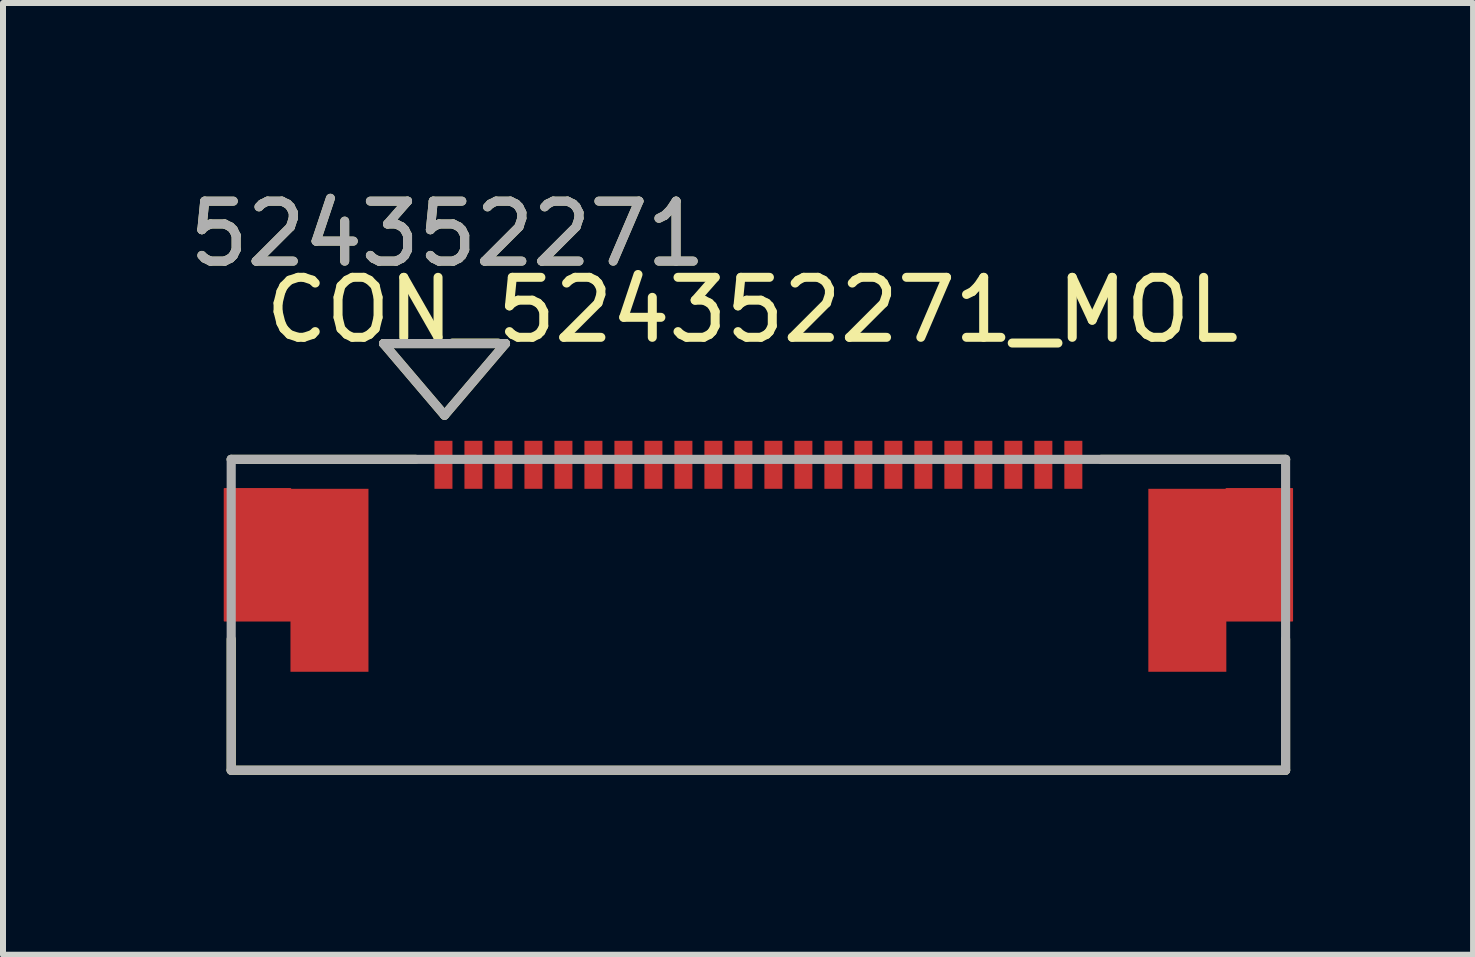
<source format=kicad_pcb>
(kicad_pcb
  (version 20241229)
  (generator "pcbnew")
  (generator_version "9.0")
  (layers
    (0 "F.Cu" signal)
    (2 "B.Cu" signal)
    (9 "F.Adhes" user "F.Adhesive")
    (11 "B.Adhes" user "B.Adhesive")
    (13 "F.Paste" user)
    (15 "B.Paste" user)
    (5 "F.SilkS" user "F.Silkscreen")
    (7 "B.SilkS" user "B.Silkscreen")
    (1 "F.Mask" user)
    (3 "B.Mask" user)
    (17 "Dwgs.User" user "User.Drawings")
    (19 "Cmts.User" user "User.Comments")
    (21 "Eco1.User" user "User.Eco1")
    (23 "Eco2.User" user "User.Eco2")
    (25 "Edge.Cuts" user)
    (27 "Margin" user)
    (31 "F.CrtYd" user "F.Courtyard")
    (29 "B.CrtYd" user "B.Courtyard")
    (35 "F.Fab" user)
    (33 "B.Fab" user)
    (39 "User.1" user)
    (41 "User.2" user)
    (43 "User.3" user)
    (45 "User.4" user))
  (footprint "CON_524352271_MOL"
    (layer "F.Cu")
    (at 9.592 7.198)
    (property "Reference" "CON_524352271_MOL" (at -0.102 -5.08 0) (layer "F.SilkS") (effects (font (size 1 1) (thickness 0.15))))
    (attr smd)
    (fp_poly (pts (xy -7.8 -2.1) (xy -8.9 -2.1) (xy -8.9 0.1) (xy -7.8 0.1)) (stroke (width 0.025) (type solid)) (fill yes) (layer "F.Cu"))
    (fp_poly (pts (xy 7.8 -2.1) (xy 8.9 -2.1) (xy 8.9 0.1) (xy 7.8 0.1)) (stroke (width 0.025) (type solid)) (fill yes) (layer "F.Cu"))
    (fp_poly (pts (xy -7.8 -2.1) (xy -8.9 -2.1) (xy -8.9 0.1) (xy -7.8 0.1)) (stroke (width 0.025) (type solid)) (fill yes) (layer "F.Mask"))
    (fp_poly (pts (xy 7.8 -2.1) (xy 8.9 -2.1) (xy 8.9 0.1) (xy 7.8 0.1)) (stroke (width 0.025) (type solid)) (fill yes) (layer "F.Mask"))
    (fp_line (start -8.788 0.406) (end -8.788 2.591) (stroke (width 0.152) (type solid)) (layer "F.SilkS"))
    (fp_line (start -8.788 2.591) (end 8.788 2.591) (stroke (width 0.152) (type solid)) (layer "F.SilkS"))
    (fp_line (start -6.248 -4.521) (end -5.232 -3.327) (stroke (width 0.152) (type solid)) (layer "F.SilkS"))
    (fp_line (start -6.248 -4.521) (end -4.216 -4.521) (stroke (width 0.152) (type solid)) (layer "F.SilkS"))
    (fp_line (start -5.715 -2.591) (end -8.788 -2.591) (stroke (width 0.152) (type solid)) (layer "F.SilkS"))
    (fp_line (start -4.216 -4.521) (end -5.232 -3.327) (stroke (width 0.152) (type solid)) (layer "F.SilkS"))
    (fp_line (start 8.788 -2.591) (end 5.715 -2.591) (stroke (width 0.152) (type solid)) (layer "F.SilkS"))
    (fp_line (start 8.788 2.591) (end 8.788 0.406) (stroke (width 0.152) (type solid)) (layer "F.SilkS"))
    (fp_poly (pts (xy -7.8 -2.1) (xy -8.9 -2.1) (xy -8.9 0.1) (xy -7.8 0.1)) (stroke (width 0.025) (type solid)) (fill yes) (layer "F.Paste"))
    (fp_poly (pts (xy 7.8 -2.1) (xy 8.9 -2.1) (xy 8.9 0.1) (xy 7.8 0.1)) (stroke (width 0.025) (type solid)) (fill yes) (layer "F.Paste"))
    (fp_line (start -8.788 -2.591) (end -8.788 2.591) (stroke (width 0.152) (type solid)) (layer "F.Fab"))
    (fp_line (start -8.788 2.591) (end 8.788 2.591) (stroke (width 0.152) (type solid)) (layer "F.Fab"))
    (fp_line (start -6.248 -4.521) (end -5.232 -3.327) (stroke (width 0.152) (type solid)) (layer "F.Fab"))
    (fp_line (start -6.248 -4.521) (end -4.216 -4.521) (stroke (width 0.152) (type solid)) (layer "F.Fab"))
    (fp_line (start -4.216 -4.521) (end -5.232 -3.327) (stroke (width 0.152) (type solid)) (layer "F.Fab"))
    (fp_line (start 8.788 -2.591) (end -8.788 -2.591) (stroke (width 0.152) (type solid)) (layer "F.Fab"))
    (fp_line (start 8.788 2.591) (end 8.788 -2.591) (stroke (width 0.152) (type solid)) (layer "F.Fab"))
    (fp_text user "524352271" (at -5.182 -6.35 0) (layer "F.SilkS") (effects (font (size 1 1) (thickness 0.15))))
    (fp_text user "524352271" (at -5.182 -6.35 0) (layer "F.Fab") (effects (font (size 1 1) (thickness 0.15))))
    (pad "1" smd rect (at -5.25 -2.5) (size 0.3 0.8) (layers "F.Cu" "F.Mask" "F.Paste"))
    (pad "2" smd rect (at -4.75 -2.5) (size 0.3 0.8) (layers "F.Cu" "F.Mask" "F.Paste"))
    (pad "3" smd rect (at -4.25 -2.5) (size 0.3 0.8) (layers "F.Cu" "F.Mask" "F.Paste"))
    (pad "4" smd rect (at -3.75 -2.5) (size 0.3 0.8) (layers "F.Cu" "F.Mask" "F.Paste"))
    (pad "5" smd rect (at -3.25 -2.5) (size 0.3 0.8) (layers "F.Cu" "F.Mask" "F.Paste"))
    (pad "6" smd rect (at -2.75 -2.5) (size 0.3 0.8) (layers "F.Cu" "F.Mask" "F.Paste"))
    (pad "7" smd rect (at -2.25 -2.5) (size 0.3 0.8) (layers "F.Cu" "F.Mask" "F.Paste"))
    (pad "8" smd rect (at -1.75 -2.5) (size 0.3 0.8) (layers "F.Cu" "F.Mask" "F.Paste"))
    (pad "9" smd rect (at -1.25 -2.5) (size 0.3 0.8) (layers "F.Cu" "F.Mask" "F.Paste"))
    (pad "10" smd rect (at -0.75 -2.5) (size 0.3 0.8) (layers "F.Cu" "F.Mask" "F.Paste"))
    (pad "11" smd rect (at -0.25 -2.5) (size 0.3 0.8) (layers "F.Cu" "F.Mask" "F.Paste"))
    (pad "12" smd rect (at 0.25 -2.5) (size 0.3 0.8) (layers "F.Cu" "F.Mask" "F.Paste"))
    (pad "13" smd rect (at 0.75 -2.5) (size 0.3 0.8) (layers "F.Cu" "F.Mask" "F.Paste"))
    (pad "14" smd rect (at 1.25 -2.5) (size 0.3 0.8) (layers "F.Cu" "F.Mask" "F.Paste"))
    (pad "15" smd rect (at 1.75 -2.5) (size 0.3 0.8) (layers "F.Cu" "F.Mask" "F.Paste"))
    (pad "16" smd rect (at 2.25 -2.5) (size 0.3 0.8) (layers "F.Cu" "F.Mask" "F.Paste"))
    (pad "17" smd rect (at 2.75 -2.5) (size 0.3 0.8) (layers "F.Cu" "F.Mask" "F.Paste"))
    (pad "18" smd rect (at 3.25 -2.5) (size 0.3 0.8) (layers "F.Cu" "F.Mask" "F.Paste"))
    (pad "19" smd rect (at 3.75 -2.5) (size 0.3 0.8) (layers "F.Cu" "F.Mask" "F.Paste"))
    (pad "20" smd rect (at 4.25 -2.5) (size 0.3 0.8) (layers "F.Cu" "F.Mask" "F.Paste"))
    (pad "21" smd rect (at 4.75 -2.5) (size 0.3 0.8) (layers "F.Cu" "F.Mask" "F.Paste"))
    (pad "22" smd rect (at 5.25 -2.5) (size 0.3 0.8) (layers "F.Cu" "F.Mask" "F.Paste"))
    (pad "P1" smd rect (at -7.15 -0.575) (size 1.3 3.05) (layers "F.Cu" "F.Mask" "F.Paste"))
    (pad "P2" smd rect (at 7.15 -0.575) (size 1.3 3.05) (layers "F.Cu" "F.Mask" "F.Paste")))
  (gr_rect
    (start -3 -3)
    (end 21.505 12.865)
    (stroke (width 0.1) (type default))
    (fill no)
    (layer "Edge.Cuts")))
</source>
